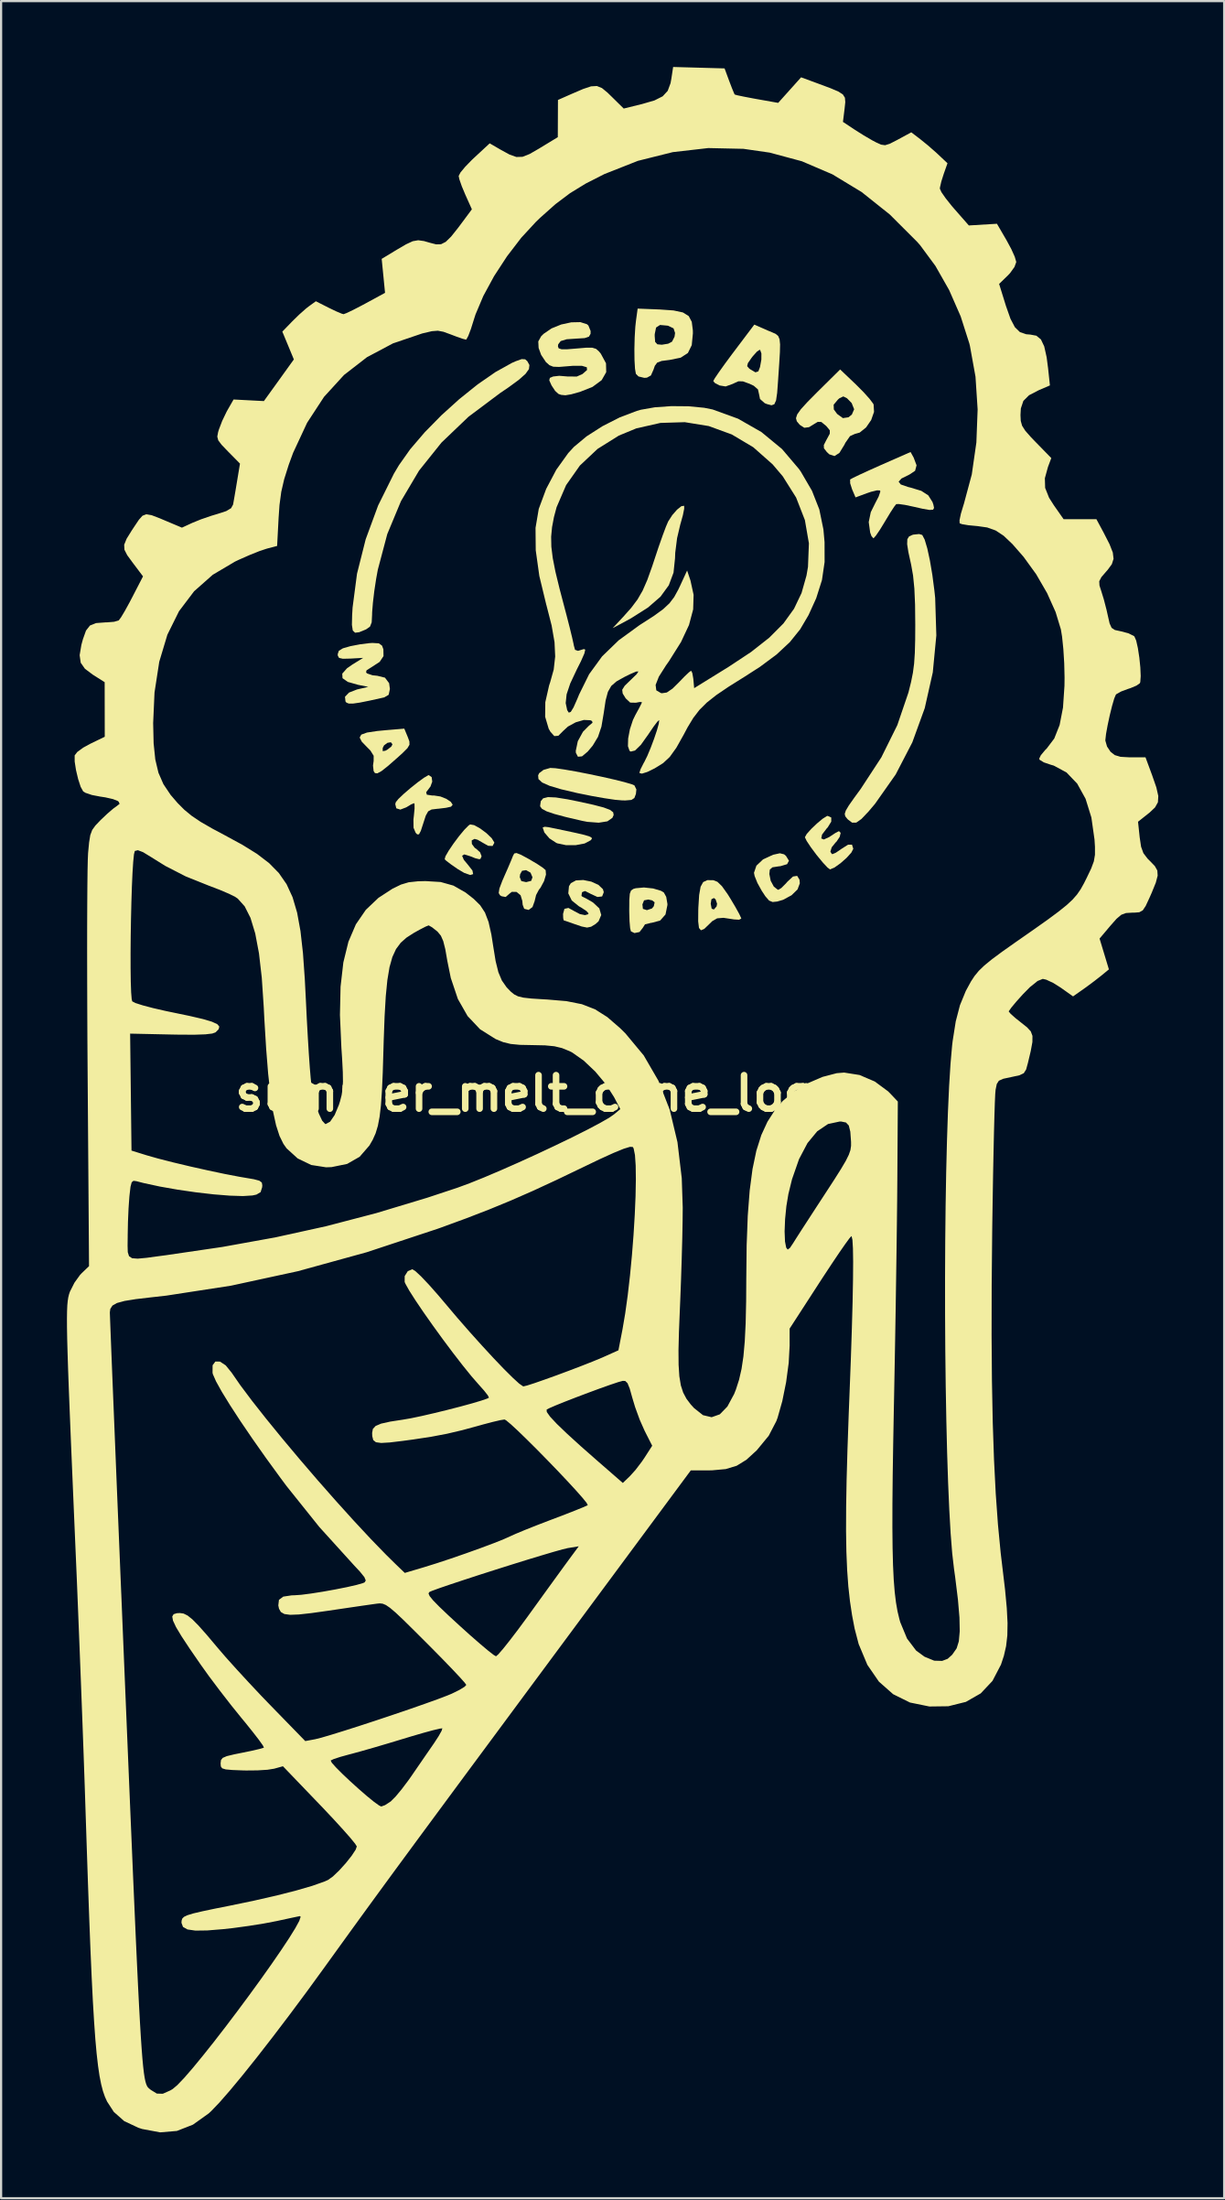
<source format=kicad_pcb>
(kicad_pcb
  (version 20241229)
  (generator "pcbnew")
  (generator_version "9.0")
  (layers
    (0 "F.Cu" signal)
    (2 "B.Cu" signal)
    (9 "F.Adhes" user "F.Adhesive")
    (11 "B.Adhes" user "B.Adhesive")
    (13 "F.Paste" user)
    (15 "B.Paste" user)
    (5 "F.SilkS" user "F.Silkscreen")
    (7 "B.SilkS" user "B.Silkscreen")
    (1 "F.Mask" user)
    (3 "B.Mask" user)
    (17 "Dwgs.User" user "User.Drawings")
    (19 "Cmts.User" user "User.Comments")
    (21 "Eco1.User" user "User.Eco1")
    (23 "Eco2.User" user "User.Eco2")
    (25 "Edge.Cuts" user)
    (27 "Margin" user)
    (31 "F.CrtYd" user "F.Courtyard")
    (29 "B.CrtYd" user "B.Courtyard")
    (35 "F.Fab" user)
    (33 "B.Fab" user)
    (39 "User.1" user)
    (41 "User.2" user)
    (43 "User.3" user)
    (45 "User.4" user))
  (footprint "summer_melt_cone_logo"
    (layer "F.Cu")
    (at 21.555 46.748)
    (property "Reference" "summer_melt_cone_logo" (at 0 0 0) (layer "F.SilkS") (effects (font (size 1.524 1.524) (thickness 0.3))))
    (attr board_only exclude_from_pos_files exclude_from_bom)
    (fp_poly (pts (xy 0.377 -12.129) (xy 1.112 -11.977) (xy 1.648 -11.862) (xy 2.012 -11.777) (xy 2.234 -11.711) (xy 2.34 -11.657) (xy 2.359 -11.606) (xy 2.319 -11.549) (xy 2.302 -11.531) (xy 2.029 -11.386) (xy 1.624 -11.31) (xy 1.18 -11.309) (xy 0.788 -11.391) (xy 0.734 -11.413) (xy 0.422 -11.619) (xy 0.193 -11.887) (xy 0.116 -12.115) (xy 0.212 -12.147)) (stroke (width 0) (type solid)) (fill yes) (layer "F.SilkS"))
    (fp_poly (pts (xy 0.716 -13.482) (xy 1.246 -13.398) (xy 1.755 -13.295) (xy 2.425 -13.148) (xy 2.893 -13.026) (xy 3.185 -12.916) (xy 3.328 -12.805) (xy 3.35 -12.681) (xy 3.291 -12.552) (xy 3.064 -12.394) (xy 2.669 -12.332) (xy 2.15 -12.371) (xy 1.914 -12.417) (xy 1.18 -12.588) (xy 0.649 -12.73) (xy 0.293 -12.851) (xy 0.087 -12.961) (xy 0.005 -13.069) (xy 0 -13.105) (xy 0.03 -13.313) (xy 0.138 -13.443) (xy 0.357 -13.498)) (stroke (width 0) (type solid)) (fill yes) (layer "F.SilkS"))
    (fp_poly (pts (xy 0.699 -14.813) (xy 1.101 -14.755) (xy 1.621 -14.665) (xy 2.206 -14.551) (xy 2.806 -14.425) (xy 3.368 -14.298) (xy 3.842 -14.18) (xy 4.174 -14.082) (xy 4.295 -14.032) (xy 4.385 -13.848) (xy 4.363 -13.64) (xy 4.293 -13.456) (xy 4.159 -13.369) (xy 3.891 -13.346) (xy 3.738 -13.348) (xy 3.412 -13.376) (xy 2.925 -13.448) (xy 2.341 -13.551) (xy 1.727 -13.675) (xy 1.701 -13.68) (xy 0.96 -13.854) (xy 0.429 -14.012) (xy 0.091 -14.163) (xy -0.076 -14.319) (xy -0.091 -14.489) (xy -0.044 -14.587) (xy 0.152 -14.737) (xy 0.454 -14.824) (xy 0.467 -14.826)) (stroke (width 0) (type solid)) (fill yes) (layer "F.SilkS"))
    (fp_poly (pts (xy 6.562 -26.629) (xy 6.503 -26.335) (xy 6.395 -25.946) (xy 6.387 -25.921) (xy 6.239 -25.291) (xy 6.155 -24.627) (xy 6.145 -24.373) (xy 6.077 -23.72) (xy 5.862 -23.145) (xy 5.482 -22.624) (xy 4.915 -22.132) (xy 4.144 -21.643) (xy 3.891 -21.504) (xy 3.305 -21.193) (xy 3.78 -21.702) (xy 4.15 -22.117) (xy 4.436 -22.497) (xy 4.669 -22.9) (xy 4.881 -23.384) (xy 5.105 -24.01) (xy 5.213 -24.336) (xy 5.401 -24.9) (xy 5.581 -25.411) (xy 5.732 -25.815) (xy 5.834 -26.052) (xy 6.019 -26.339) (xy 6.237 -26.588) (xy 6.436 -26.747) (xy 6.562 -26.764)) (stroke (width 0) (type solid)) (fill yes) (layer "F.SilkS"))
    (fp_poly (pts (xy -6.03 -16.236) (xy -5.956 -16.035) (xy -5.952 -15.882) (xy -6.046 -15.724) (xy -6.267 -15.503) (xy -6.503 -15.29) (xy -6.932 -14.914) (xy -7.225 -14.683) (xy -7.413 -14.581) (xy -7.524 -14.59) (xy -7.585 -14.683) (xy -7.613 -14.934) (xy -7.584 -15.145) (xy -7.583 -15.38) (xy -7.715 -15.591) (xy -7.172 -15.591) (xy -7.053 -15.609) (xy -6.969 -15.652) (xy -6.78 -15.798) (xy -6.727 -15.902) (xy -6.799 -15.996) (xy -6.956 -15.969) (xy -7.11 -15.854) (xy -7.171 -15.734) (xy -7.172 -15.591) (xy -7.715 -15.591) (xy -7.731 -15.618) (xy -7.874 -15.762) (xy -8.125 -16.022) (xy -8.221 -16.21) (xy -8.147 -16.344) (xy -7.886 -16.438) (xy -7.42 -16.508) (xy -7.02 -16.546) (xy -6.188 -16.616)) (stroke (width 0) (type solid)) (fill yes) (layer "F.SilkS"))
    (fp_poly (pts (xy 11.112 -10.893) (xy 11.199 -10.821) (xy 11.335 -10.601) (xy 11.25 -10.443) (xy 10.95 -10.353) (xy 10.864 -10.344) (xy 10.581 -10.3) (xy 10.463 -10.194) (xy 10.442 -9.996) (xy 10.503 -9.688) (xy 10.646 -9.422) (xy 10.822 -9.283) (xy 10.857 -9.277) (xy 10.989 -9.359) (xy 11.193 -9.563) (xy 11.262 -9.643) (xy 11.518 -9.881) (xy 11.709 -9.911) (xy 11.815 -9.737) (xy 11.83 -9.57) (xy 11.726 -9.293) (xy 11.451 -9.027) (xy 11.067 -8.82) (xy 10.802 -8.742) (xy 10.59 -8.72) (xy 10.43 -8.785) (xy 10.261 -8.98) (xy 10.096 -9.23) (xy 9.899 -9.586) (xy 9.771 -9.904) (xy 9.742 -10.051) (xy 9.852 -10.375) (xy 10.155 -10.661) (xy 10.611 -10.872) (xy 10.616 -10.873) (xy 10.92 -10.94)) (stroke (width 0) (type solid)) (fill yes) (layer "F.SilkS"))
    (fp_poly (pts (xy 7.884 -9.715) (xy 8.075 -9.642) (xy 8.283 -9.441) (xy 8.542 -9.077) (xy 8.667 -8.877) (xy 8.897 -8.49) (xy 9.071 -8.175) (xy 9.158 -7.988) (xy 9.163 -7.965) (xy 9.064 -7.914) (xy 8.823 -7.928) (xy 8.786 -7.935) (xy 8.354 -8) (xy 8.065 -7.977) (xy 7.84 -7.848) (xy 7.709 -7.719) (xy 7.479 -7.498) (xy 7.326 -7.432) (xy 7.236 -7.539) (xy 7.2 -7.838) (xy 7.204 -8.346) (xy 7.208 -8.471) (xy 7.219 -8.641) (xy 7.771 -8.641) (xy 7.815 -8.415) (xy 7.916 -8.38) (xy 8.039 -8.521) (xy 8.061 -8.641) (xy 7.992 -8.844) (xy 7.916 -8.902) (xy 7.803 -8.845) (xy 7.771 -8.641) (xy 7.219 -8.641) (xy 7.244 -9.041) (xy 7.31 -9.415) (xy 7.427 -9.628) (xy 7.614 -9.716)) (stroke (width 0) (type solid)) (fill yes) (layer "F.SilkS"))
    (fp_poly (pts (xy 5.149 -9.337) (xy 5.508 -9.23) (xy 5.635 -9.154) (xy 5.744 -8.955) (xy 5.798 -8.641) (xy 5.799 -8.586) (xy 5.712 -8.153) (xy 5.464 -7.874) (xy 5.074 -7.771) (xy 5.054 -7.771) (xy 4.778 -7.704) (xy 4.673 -7.539) (xy 4.528 -7.354) (xy 4.298 -7.306) (xy 4.137 -7.384) (xy 4.1 -7.529) (xy 4.073 -7.845) (xy 4.06 -8.268) (xy 4.059 -8.368) (xy 4.062 -8.612) (xy 4.66 -8.612) (xy 4.682 -8.408) (xy 4.861 -8.351) (xy 4.867 -8.351) (xy 5.094 -8.426) (xy 5.179 -8.53) (xy 5.216 -8.706) (xy 5.106 -8.794) (xy 4.929 -8.833) (xy 4.734 -8.796) (xy 4.66 -8.612) (xy 4.062 -8.612) (xy 4.063 -8.823) (xy 4.086 -9.099) (xy 4.143 -9.246) (xy 4.249 -9.318) (xy 4.356 -9.348) (xy 4.729 -9.382)) (stroke (width 0) (type solid)) (fill yes) (layer "F.SilkS"))
    (fp_poly (pts (xy -3.004 -12.221) (xy -2.733 -12.071) (xy -2.444 -11.855) (xy -2.206 -11.626) (xy -2.09 -11.438) (xy -2.088 -11.414) (xy -2.166 -11.271) (xy -2.369 -11.281) (xy -2.616 -11.421) (xy -2.849 -11.556) (xy -2.987 -11.594) (xy -3.117 -11.526) (xy -3.109 -11.363) (xy -2.98 -11.189) (xy -2.9 -11.134) (xy -2.734 -10.982) (xy -2.666 -10.803) (xy -2.719 -10.683) (xy -2.778 -10.67) (xy -2.958 -10.715) (xy -3.185 -10.805) (xy -3.455 -10.888) (xy -3.554 -10.827) (xy -3.475 -10.641) (xy -3.304 -10.436) (xy -3.084 -10.156) (xy -3.051 -9.991) (xy -3.182 -9.95) (xy -3.456 -10.045) (xy -3.747 -10.216) (xy -4.056 -10.43) (xy -4.279 -10.6) (xy -4.349 -10.669) (xy -4.313 -10.802) (xy -4.166 -11.057) (xy -3.948 -11.379) (xy -3.698 -11.714) (xy -3.455 -12.007) (xy -3.261 -12.204) (xy -3.188 -12.253)) (stroke (width 0) (type solid)) (fill yes) (layer "F.SilkS"))
    (fp_poly (pts (xy -4.941 -14.408) (xy -4.914 -14.203) (xy -4.996 -13.978) (xy -5.031 -13.933) (xy -5.192 -13.719) (xy -5.161 -13.608) (xy -4.923 -13.571) (xy -4.826 -13.57) (xy -4.543 -13.526) (xy -4.273 -13.419) (xy -4.069 -13.282) (xy -3.983 -13.15) (xy -4.059 -13.061) (xy -4.285 -13.011) (xy -4.619 -12.97) (xy -4.684 -12.965) (xy -4.944 -12.934) (xy -5.1 -12.849) (xy -5.209 -12.654) (xy -5.322 -12.306) (xy -5.435 -11.959) (xy -5.518 -11.803) (xy -5.6 -11.801) (xy -5.67 -11.872) (xy -5.767 -12.102) (xy -5.771 -12.475) (xy -5.752 -12.643) (xy -5.72 -12.972) (xy -5.722 -13.182) (xy -5.741 -13.222) (xy -5.876 -13.165) (xy -6.099 -13.031) (xy -6.367 -12.929) (xy -6.552 -12.987) (xy -6.599 -13.177) (xy -6.575 -13.266) (xy -6.459 -13.411) (xy -6.217 -13.641) (xy -5.904 -13.91) (xy -5.576 -14.172) (xy -5.29 -14.38) (xy -5.1 -14.491) (xy -5.071 -14.498)) (stroke (width 0) (type solid)) (fill yes) (layer "F.SilkS"))
    (fp_poly (pts (xy -0.682 -33.436) (xy -0.582 -33.347) (xy -0.488 -33.174) (xy -0.51 -32.989) (xy -0.666 -32.771) (xy -0.975 -32.497) (xy -1.457 -32.145) (xy -1.826 -31.895) (xy -3.264 -30.818) (xy -4.493 -29.643) (xy -5.516 -28.365) (xy -6.338 -26.978) (xy -6.963 -25.476) (xy -7.394 -23.852) (xy -7.47 -23.437) (xy -7.554 -22.885) (xy -7.617 -22.352) (xy -7.652 -21.924) (xy -7.655 -21.803) (xy -7.673 -21.456) (xy -7.75 -21.262) (xy -7.921 -21.141) (xy -7.95 -21.127) (xy -8.241 -21.007) (xy -8.43 -20.984) (xy -8.535 -21.085) (xy -8.574 -21.342) (xy -8.564 -21.783) (xy -8.543 -22.132) (xy -8.342 -23.669) (xy -7.947 -25.238) (xy -7.38 -26.778) (xy -6.66 -28.229) (xy -6.432 -28.613) (xy -5.919 -29.339) (xy -5.26 -30.109) (xy -4.499 -30.884) (xy -3.679 -31.625) (xy -2.843 -32.295) (xy -2.034 -32.855) (xy -1.294 -33.267) (xy -1.119 -33.345) (xy -0.841 -33.444)) (stroke (width 0) (type solid)) (fill yes) (layer "F.SilkS"))
    (fp_poly (pts (xy 5.456 -35.704) (xy 6.078 -35.66) (xy 6.504 -35.569) (xy 6.769 -35.404) (xy 6.908 -35.141) (xy 6.957 -34.754) (xy 6.959 -34.615) (xy 6.907 -34.08) (xy 6.732 -33.723) (xy 6.404 -33.51) (xy 5.9 -33.407) (xy 5.535 -33.36) (xy 5.333 -33.284) (xy 5.225 -33.139) (xy 5.166 -32.968) (xy 5.048 -32.7) (xy 4.866 -32.599) (xy 4.744 -32.591) (xy 4.481 -32.654) (xy 4.362 -32.774) (xy 4.322 -33.007) (xy 4.299 -33.404) (xy 4.294 -33.899) (xy 4.307 -34.425) (xy 4.311 -34.498) (xy 5.219 -34.498) (xy 5.24 -34.227) (xy 5.341 -34.118) (xy 5.544 -34.099) (xy 5.834 -34.146) (xy 6.008 -34.238) (xy 6.122 -34.462) (xy 6.147 -34.635) (xy 6.078 -34.844) (xy 5.837 -34.96) (xy 5.802 -34.968) (xy 5.462 -34.999) (xy 5.282 -34.882) (xy 5.221 -34.583) (xy 5.219 -34.498) (xy 4.311 -34.498) (xy 4.336 -34.916) (xy 4.367 -35.195) (xy 4.442 -35.744)) (stroke (width 0) (type solid)) (fill yes) (layer "F.SilkS"))
    (fp_poly (pts (xy 2.332 -9.648) (xy 2.654 -9.502) (xy 2.861 -9.304) (xy 2.9 -9.168) (xy 2.824 -8.974) (xy 2.612 -8.949) (xy 2.291 -9.097) (xy 2.268 -9.111) (xy 2.048 -9.221) (xy 1.924 -9.175) (xy 1.904 -9.147) (xy 1.883 -8.999) (xy 1.922 -8.966) (xy 2.085 -8.886) (xy 2.349 -8.735) (xy 2.407 -8.7) (xy 2.697 -8.43) (xy 2.784 -8.129) (xy 2.661 -7.84) (xy 2.526 -7.719) (xy 2.323 -7.595) (xy 2.139 -7.556) (xy 1.893 -7.605) (xy 1.566 -7.716) (xy 1.275 -7.819) (xy 1.096 -7.879) (xy 1.073 -7.885) (xy 1.051 -7.986) (xy 1.044 -8.177) (xy 1.107 -8.41) (xy 1.29 -8.45) (xy 1.573 -8.296) (xy 1.81 -8.171) (xy 2.044 -8.123) (xy 2.189 -8.164) (xy 2.203 -8.206) (xy 2.11 -8.309) (xy 1.877 -8.464) (xy 1.768 -8.525) (xy 1.441 -8.789) (xy 1.283 -9.113) (xy 1.314 -9.439) (xy 1.398 -9.576) (xy 1.631 -9.704) (xy 1.967 -9.722)) (stroke (width 0) (type solid)) (fill yes) (layer "F.SilkS"))
    (fp_poly (pts (xy -0.88 -10.875) (xy -0.54 -10.692) (xy -0.492 -10.665) (xy -0.139 -10.456) (xy 0.131 -10.276) (xy 0.251 -10.171) (xy 0.267 -9.97) (xy 0.18 -9.674) (xy 0.021 -9.377) (xy -0.056 -9.279) (xy -0.184 -9.038) (xy -0.251 -8.758) (xy -0.347 -8.491) (xy -0.521 -8.36) (xy -0.713 -8.407) (xy -0.731 -8.424) (xy -0.795 -8.594) (xy -0.812 -8.772) (xy -0.89 -9.028) (xy -1.073 -9.179) (xy -1.287 -9.183) (xy -1.394 -9.102) (xy -1.569 -8.949) (xy -1.751 -8.982) (xy -1.829 -9.028) (xy -1.887 -9.13) (xy -1.854 -9.338) (xy -1.72 -9.693) (xy -1.65 -9.852) (xy -0.928 -9.852) (xy -0.856 -9.674) (xy -0.638 -9.626) (xy -0.408 -9.683) (xy -0.348 -9.846) (xy -0.438 -10.058) (xy -0.64 -10.171) (xy -0.822 -10.142) (xy -0.911 -9.984) (xy -0.928 -9.852) (xy -1.65 -9.852) (xy -1.644 -9.867) (xy -1.465 -10.273) (xy -1.318 -10.619) (xy -1.235 -10.826) (xy -1.178 -10.931) (xy -1.076 -10.951)) (stroke (width 0) (type solid)) (fill yes) (layer "F.SilkS"))
    (fp_poly (pts (xy 13.262 -12.569) (xy 13.262 -12.381) (xy 13.103 -12.122) (xy 13.048 -12.062) (xy 12.843 -11.791) (xy 12.807 -11.615) (xy 12.923 -11.567) (xy 13.173 -11.681) (xy 13.219 -11.712) (xy 13.458 -11.869) (xy 13.608 -11.945) (xy 13.617 -11.946) (xy 13.691 -11.868) (xy 13.646 -11.686) (xy 13.506 -11.476) (xy 13.454 -11.424) (xy 13.283 -11.211) (xy 13.222 -11.014) (xy 13.287 -10.907) (xy 13.322 -10.902) (xy 13.475 -10.968) (xy 13.708 -11.127) (xy 13.717 -11.134) (xy 14.025 -11.33) (xy 14.206 -11.333) (xy 14.266 -11.144) (xy 14.179 -10.973) (xy 13.964 -10.734) (xy 13.686 -10.488) (xy 13.413 -10.293) (xy 13.211 -10.207) (xy 13.201 -10.206) (xy 13.09 -10.291) (xy 12.881 -10.515) (xy 12.619 -10.832) (xy 12.586 -10.873) (xy 12.33 -11.217) (xy 12.143 -11.499) (xy 12.063 -11.664) (xy 12.062 -11.672) (xy 12.144 -11.818) (xy 12.347 -12.045) (xy 12.61 -12.296) (xy 12.869 -12.512) (xy 13.061 -12.633) (xy 13.099 -12.642)) (stroke (width 0) (type solid)) (fill yes) (layer "F.SilkS"))
    (fp_poly (pts (xy -7.346 -20.5) (xy -7.202 -20.396) (xy -7.14 -20.228) (xy -7.135 -19.918) (xy -7.309 -19.657) (xy -7.688 -19.41) (xy -7.692 -19.408) (xy -7.909 -19.271) (xy -7.928 -19.172) (xy -7.875 -19.127) (xy -7.636 -19.046) (xy -7.417 -19.023) (xy -7.068 -18.937) (xy -6.879 -18.686) (xy -6.843 -18.42) (xy -6.9 -18.157) (xy -7.1 -18.039) (xy -7.104 -18.038) (xy -7.755 -17.894) (xy -8.217 -17.801) (xy -8.525 -17.757) (xy -8.714 -17.757) (xy -8.821 -17.799) (xy -8.866 -17.851) (xy -8.89 -18.067) (xy -8.707 -18.258) (xy -8.341 -18.4) (xy -8.315 -18.406) (xy -7.829 -18.518) (xy -8.293 -18.611) (xy -8.762 -18.744) (xy -9.002 -18.913) (xy -9.014 -19.12) (xy -8.798 -19.364) (xy -8.554 -19.534) (xy -8.061 -19.838) (xy -8.641 -19.806) (xy -8.987 -19.798) (xy -9.16 -19.837) (xy -9.217 -19.941) (xy -9.221 -20.006) (xy -9.17 -20.161) (xy -8.984 -20.274) (xy -8.641 -20.372) (xy -8.203 -20.456) (xy -7.778 -20.509) (xy -7.638 -20.518)) (stroke (width 0) (type solid)) (fill yes) (layer "F.SilkS"))
    (fp_poly (pts (xy 17.408 -25.435) (xy 17.518 -25.224) (xy 17.637 -24.823) (xy 17.756 -24.274) (xy 17.867 -23.619) (xy 17.961 -22.899) (xy 17.996 -22.569) (xy 18.049 -20.862) (xy 17.888 -19.181) (xy 17.521 -17.549) (xy 16.955 -15.991) (xy 16.198 -14.53) (xy 15.257 -13.193) (xy 14.96 -12.841) (xy 14.637 -12.501) (xy 14.403 -12.336) (xy 14.213 -12.333) (xy 14.022 -12.476) (xy 13.981 -12.521) (xy 13.9 -12.624) (xy 13.876 -12.734) (xy 13.925 -12.887) (xy 14.065 -13.121) (xy 14.313 -13.473) (xy 14.603 -13.87) (xy 15.543 -15.307) (xy 16.272 -16.777) (xy 16.778 -18.26) (xy 16.78 -18.267) (xy 16.898 -18.742) (xy 16.982 -19.161) (xy 17.037 -19.581) (xy 17.069 -20.063) (xy 17.085 -20.666) (xy 17.089 -21.341) (xy 17.08 -22.262) (xy 17.048 -22.996) (xy 16.989 -23.587) (xy 16.902 -24.08) (xy 16.897 -24.103) (xy 16.776 -24.651) (xy 16.719 -25.017) (xy 16.728 -25.243) (xy 16.807 -25.369) (xy 16.959 -25.439) (xy 17.008 -25.452) (xy 17.266 -25.478)) (stroke (width 0) (type solid)) (fill yes) (layer "F.SilkS"))
    (fp_poly (pts (xy 17.016 -28.959) (xy 17.148 -28.608) (xy 17.082 -28.359) (xy 16.821 -28.185) (xy 16.461 -28.007) (xy 16.331 -27.861) (xy 16.43 -27.735) (xy 16.76 -27.621) (xy 16.868 -27.595) (xy 17.364 -27.445) (xy 17.682 -27.239) (xy 17.872 -26.939) (xy 17.913 -26.821) (xy 17.945 -26.667) (xy 17.9 -26.586) (xy 17.738 -26.575) (xy 17.423 -26.629) (xy 16.994 -26.726) (xy 16.617 -26.805) (xy 16.335 -26.845) (xy 16.222 -26.84) (xy 16.129 -26.723) (xy 15.956 -26.458) (xy 15.738 -26.098) (xy 15.702 -26.038) (xy 15.481 -25.676) (xy 15.3 -25.41) (xy 15.192 -25.287) (xy 15.183 -25.284) (xy 15.096 -25.381) (xy 15.035 -25.545) (xy 14.969 -26.022) (xy 15.062 -26.473) (xy 15.262 -26.878) (xy 15.419 -27.181) (xy 15.495 -27.4) (xy 15.49 -27.462) (xy 15.348 -27.468) (xy 15.07 -27.4) (xy 14.893 -27.34) (xy 14.368 -27.146) (xy 14.209 -27.52) (xy 14.124 -27.788) (xy 14.121 -27.956) (xy 14.129 -27.967) (xy 14.26 -28.039) (xy 14.56 -28.183) (xy 14.987 -28.379) (xy 15.495 -28.606) (xy 15.541 -28.627) (xy 16.875 -29.213)) (stroke (width 0) (type solid)) (fill yes) (layer "F.SilkS"))
    (fp_poly (pts (xy 10.359 -34.751) (xy 10.579 -34.66) (xy 10.739 -34.586) (xy 10.846 -34.494) (xy 10.907 -34.349) (xy 10.931 -34.116) (xy 10.923 -33.761) (xy 10.892 -33.247) (xy 10.844 -32.54) (xy 10.838 -32.446) (xy 10.798 -31.906) (xy 10.748 -31.565) (xy 10.669 -31.388) (xy 10.541 -31.342) (xy 10.343 -31.393) (xy 10.235 -31.435) (xy 10.017 -31.626) (xy 9.974 -31.839) (xy 9.923 -32.064) (xy 9.732 -32.23) (xy 9.539 -32.321) (xy 9.239 -32.43) (xy 9.032 -32.434) (xy 8.806 -32.332) (xy 8.783 -32.319) (xy 8.45 -32.199) (xy 8.174 -32.244) (xy 7.961 -32.356) (xy 7.887 -32.445) (xy 7.953 -32.566) (xy 8.135 -32.835) (xy 8.34 -33.123) (xy 9.431 -33.123) (xy 9.524 -33.016) (xy 9.574 -32.979) (xy 9.808 -32.842) (xy 9.94 -32.885) (xy 10.017 -33.084) (xy 10.078 -33.421) (xy 10.08 -33.703) (xy 10.024 -33.857) (xy 9.996 -33.867) (xy 9.873 -33.782) (xy 9.685 -33.571) (xy 9.631 -33.501) (xy 9.464 -33.259) (xy 9.431 -33.123) (xy 8.34 -33.123) (xy 8.405 -33.214) (xy 8.739 -33.666) (xy 8.822 -33.776) (xy 9.757 -35.015)) (stroke (width 0) (type solid)) (fill yes) (layer "F.SilkS"))
    (fp_poly (pts (xy 14.386 -32.289) (xy 14.727 -31.947) (xy 15.004 -31.639) (xy 15.171 -31.417) (xy 15.192 -31.373) (xy 15.211 -31.041) (xy 15.081 -30.67) (xy 14.848 -30.332) (xy 14.558 -30.098) (xy 14.333 -30.035) (xy 14.116 -29.936) (xy 13.905 -29.633) (xy 13.86 -29.542) (xy 13.634 -29.173) (xy 13.41 -29.029) (xy 13.173 -29.108) (xy 13.059 -29.215) (xy 12.929 -29.383) (xy 12.923 -29.531) (xy 13.039 -29.761) (xy 13.062 -29.8) (xy 13.194 -30.046) (xy 13.196 -30.2) (xy 13.06 -30.368) (xy 13.014 -30.415) (xy 12.807 -30.583) (xy 12.646 -30.585) (xy 12.553 -30.53) (xy 12.249 -30.344) (xy 12.035 -30.317) (xy 11.838 -30.444) (xy 11.809 -30.473) (xy 11.693 -30.612) (xy 11.655 -30.753) (xy 11.711 -30.927) (xy 11.879 -31.163) (xy 12.065 -31.367) (xy 13.371 -31.367) (xy 13.38 -31.151) (xy 13.53 -30.947) (xy 13.792 -30.757) (xy 14.047 -30.795) (xy 14.199 -30.917) (xy 14.305 -31.16) (xy 14.191 -31.444) (xy 13.98 -31.66) (xy 13.812 -31.745) (xy 13.638 -31.664) (xy 13.568 -31.603) (xy 13.371 -31.367) (xy 12.065 -31.367) (xy 12.178 -31.491) (xy 12.623 -31.941) (xy 12.741 -32.057) (xy 13.667 -32.973)) (stroke (width 0) (type solid)) (fill yes) (layer "F.SilkS"))
    (fp_poly (pts (xy 2.133 -35.033) (xy 2.199 -34.974) (xy 2.3 -34.725) (xy 2.298 -34.597) (xy 2.225 -34.468) (xy 2.031 -34.401) (xy 1.671 -34.379) (xy 1.208 -34.348) (xy 0.938 -34.266) (xy 0.823 -34.117) (xy 0.812 -34.024) (xy 0.845 -33.935) (xy 0.974 -33.893) (xy 1.245 -33.893) (xy 1.664 -33.927) (xy 2.104 -33.964) (xy 2.378 -33.963) (xy 2.549 -33.91) (xy 2.681 -33.793) (xy 2.766 -33.689) (xy 3.001 -33.255) (xy 3.011 -32.85) (xy 2.804 -32.487) (xy 2.387 -32.179) (xy 1.819 -31.953) (xy 1.413 -31.84) (xy 1.152 -31.797) (xy 0.96 -31.815) (xy 0.838 -31.857) (xy 0.685 -31.995) (xy 0.521 -32.244) (xy 0.52 -32.246) (xy 0.416 -32.478) (xy 0.443 -32.589) (xy 0.591 -32.652) (xy 0.87 -32.684) (xy 1.218 -32.656) (xy 1.237 -32.653) (xy 1.67 -32.65) (xy 1.927 -32.763) (xy 2.136 -32.946) (xy 2.127 -33.072) (xy 1.906 -33.138) (xy 1.482 -33.138) (xy 1.285 -33.122) (xy 0.862 -33.088) (xy 0.598 -33.098) (xy 0.424 -33.167) (xy 0.267 -33.307) (xy 0.258 -33.317) (xy 0.046 -33.637) (xy -0.069 -33.953) (xy -0.084 -34.249) (xy 0.046 -34.484) (xy 0.157 -34.594) (xy 0.517 -34.841) (xy 0.959 -35.02) (xy 1.419 -35.119) (xy 1.832 -35.128)) (stroke (width 0) (type solid)) (fill yes) (layer "F.SilkS"))
    (fp_poly (pts (xy 6.761 -31.296) (xy 7.473 -31.228) (xy 7.86 -31.15) (xy 9.017 -30.73) (xy 10.082 -30.121) (xy 11.02 -29.348) (xy 11.794 -28.437) (xy 11.878 -28.315) (xy 12.385 -27.446) (xy 12.718 -26.599) (xy 12.905 -25.687) (xy 12.957 -25.11) (xy 12.959 -24.203) (xy 12.838 -23.379) (xy 12.576 -22.553) (xy 12.229 -21.79) (xy 11.847 -21.141) (xy 11.374 -20.554) (xy 10.774 -19.994) (xy 10.013 -19.429) (xy 9.314 -18.98) (xy 8.586 -18.524) (xy 8.025 -18.144) (xy 7.595 -17.804) (xy 7.258 -17.469) (xy 6.978 -17.105) (xy 6.718 -16.676) (xy 6.549 -16.357) (xy 6.208 -15.749) (xy 5.904 -15.326) (xy 5.61 -15.052) (xy 5.591 -15.038) (xy 5.218 -14.807) (xy 4.883 -14.643) (xy 4.636 -14.566) (xy 4.525 -14.596) (xy 4.523 -14.61) (xy 4.577 -14.772) (xy 4.711 -15.037) (xy 4.747 -15.1) (xy 4.881 -15.371) (xy 5.036 -15.741) (xy 5.189 -16.149) (xy 5.319 -16.534) (xy 5.404 -16.837) (xy 5.424 -16.995) (xy 5.42 -17.003) (xy 5.342 -16.935) (xy 5.175 -16.716) (xy 4.954 -16.392) (xy 4.931 -16.357) (xy 4.59 -15.879) (xy 4.322 -15.618) (xy 4.126 -15.571) (xy 4.072 -15.607) (xy 4 -15.817) (xy 4.01 -16.168) (xy 4.09 -16.589) (xy 4.227 -17.007) (xy 4.331 -17.223) (xy 4.502 -17.536) (xy 4.614 -17.756) (xy 4.639 -17.82) (xy 4.544 -17.83) (xy 4.362 -17.796) (xy 4.102 -17.802) (xy 3.898 -17.994) (xy 3.761 -18.216) (xy 3.739 -18.386) (xy 3.854 -18.569) (xy 4.125 -18.833) (xy 4.146 -18.852) (xy 4.4 -19.1) (xy 4.479 -19.22) (xy 4.377 -19.216) (xy 4.086 -19.091) (xy 3.828 -18.963) (xy 3.478 -18.766) (xy 3.242 -18.561) (xy 3.088 -18.292) (xy 2.984 -17.904) (xy 2.9 -17.342) (xy 2.897 -17.322) (xy 2.793 -16.708) (xy 2.637 -16.243) (xy 2.397 -15.844) (xy 2.168 -15.571) (xy 1.909 -15.354) (xy 1.722 -15.336) (xy 1.629 -15.514) (xy 1.624 -15.605) (xy 1.716 -16.043) (xy 1.951 -16.473) (xy 2.223 -16.748) (xy 2.387 -16.884) (xy 2.364 -16.962) (xy 2.286 -16.998) (xy 1.992 -17.011) (xy 1.62 -16.903) (xy 1.266 -16.71) (xy 1.058 -16.519) (xy 0.831 -16.291) (xy 0.646 -16.276) (xy 0.465 -16.479) (xy 0.389 -16.614) (xy 0.229 -17.154) (xy 0.236 -17.82) (xy 0.408 -18.579) (xy 0.455 -18.72) (xy 0.619 -19.307) (xy 0.686 -19.902) (xy 0.656 -20.554) (xy 0.524 -21.313) (xy 0.29 -22.227) (xy 0.278 -22.268) (xy -0.037 -23.571) (xy -0.2 -24.738) (xy -0.206 -25.355) (xy 0.502 -25.355) (xy 0.511 -24.899) (xy 0.575 -24.382) (xy 0.698 -23.758) (xy 0.886 -22.985) (xy 1.044 -22.384) (xy 1.206 -21.77) (xy 1.348 -21.215) (xy 1.457 -20.768) (xy 1.522 -20.477) (xy 1.533 -20.413) (xy 1.59 -20.206) (xy 1.725 -20.158) (xy 1.993 -20.24) (xy 2.056 -20.214) (xy 2.014 -20.035) (xy 1.861 -19.688) (xy 1.674 -19.316) (xy 1.373 -18.676) (xy 1.206 -18.177) (xy 1.165 -17.779) (xy 1.233 -17.457) (xy 1.306 -17.344) (xy 1.396 -17.378) (xy 1.521 -17.582) (xy 1.696 -17.976) (xy 1.776 -18.171) (xy 2.232 -19.094) (xy 2.822 -19.905) (xy 3.578 -20.638) (xy 4.531 -21.331) (xy 4.639 -21.4) (xy 5.2 -21.762) (xy 5.603 -22.056) (xy 5.89 -22.323) (xy 6.107 -22.608) (xy 6.297 -22.955) (xy 6.38 -23.13) (xy 6.696 -23.817) (xy 6.849 -23.362) (xy 6.991 -22.711) (xy 6.971 -22.045) (xy 6.782 -21.336) (xy 6.417 -20.558) (xy 5.867 -19.683) (xy 5.736 -19.498) (xy 5.409 -18.983) (xy 5.261 -18.607) (xy 5.292 -18.36) (xy 5.501 -18.237) (xy 5.55 -18.228) (xy 5.77 -18.261) (xy 6.032 -18.439) (xy 6.318 -18.721) (xy 6.585 -18.998) (xy 6.79 -19.191) (xy 6.879 -19.253) (xy 6.932 -19.151) (xy 6.976 -18.901) (xy 6.981 -18.856) (xy 7.017 -18.459) (xy 8.583 -19.428) (xy 9.613 -20.109) (xy 10.439 -20.759) (xy 11.083 -21.405) (xy 11.566 -22.075) (xy 11.909 -22.793) (xy 12.134 -23.588) (xy 12.202 -23.982) (xy 12.244 -25.055) (xy 12.061 -26.114) (xy 11.661 -27.14) (xy 11.051 -28.109) (xy 10.59 -28.652) (xy 9.71 -29.43) (xy 8.732 -30.012) (xy 7.682 -30.395) (xy 6.589 -30.572) (xy 5.48 -30.538) (xy 4.381 -30.289) (xy 3.586 -29.961) (xy 2.617 -29.355) (xy 1.811 -28.597) (xy 1.184 -27.706) (xy 0.75 -26.7) (xy 0.63 -26.251) (xy 0.543 -25.791) (xy 0.502 -25.355) (xy -0.206 -25.355) (xy -0.209 -25.759) (xy -0.063 -26.621) (xy -0.062 -26.625) (xy 0.276 -27.535) (xy 0.737 -28.407) (xy 1.279 -29.163) (xy 1.538 -29.445) (xy 2.114 -29.925) (xy 2.839 -30.389) (xy 3.629 -30.791) (xy 4.403 -31.085) (xy 4.589 -31.138) (xy 5.225 -31.25) (xy 5.98 -31.303)) (stroke (width 0) (type solid)) (fill yes) (layer "F.SilkS"))
    (fp_poly (pts (xy 8.402 -46.683) (xy 8.616 -46.104) (xy 8.742 -45.775) (xy 8.835 -45.55) (xy 8.864 -45.493) (xy 8.985 -45.459) (xy 9.28 -45.397) (xy 9.694 -45.318) (xy 9.871 -45.286) (xy 10.844 -45.113) (xy 11.366 -45.695) (xy 11.888 -46.277) (xy 12.684 -45.984) (xy 13.224 -45.783) (xy 13.581 -45.632) (xy 13.79 -45.498) (xy 13.885 -45.347) (xy 13.901 -45.147) (xy 13.871 -44.864) (xy 13.869 -44.845) (xy 13.795 -44.247) (xy 14.349 -43.88) (xy 14.742 -43.633) (xy 15.129 -43.407) (xy 15.301 -43.316) (xy 15.533 -43.211) (xy 15.714 -43.185) (xy 15.926 -43.25) (xy 16.248 -43.415) (xy 16.304 -43.445) (xy 16.908 -43.772) (xy 17.316 -43.461) (xy 17.666 -43.177) (xy 18.041 -42.849) (xy 18.141 -42.756) (xy 18.557 -42.364) (xy 18.383 -41.87) (xy 18.276 -41.531) (xy 18.215 -41.266) (xy 18.209 -41.206) (xy 18.282 -41.045) (xy 18.476 -40.766) (xy 18.754 -40.417) (xy 18.87 -40.283) (xy 19.53 -39.531) (xy 20.81 -39.608) (xy 21.249 -38.854) (xy 21.464 -38.455) (xy 21.621 -38.106) (xy 21.688 -37.876) (xy 21.689 -37.862) (xy 21.609 -37.641) (xy 21.408 -37.361) (xy 21.299 -37.246) (xy 20.909 -36.868) (xy 21.222 -35.86) (xy 21.426 -35.282) (xy 21.627 -34.898) (xy 21.857 -34.674) (xy 22.145 -34.576) (xy 22.326 -34.562) (xy 22.607 -34.51) (xy 22.814 -34.34) (xy 22.964 -34.023) (xy 23.074 -33.529) (xy 23.14 -33.022) (xy 23.223 -32.246) (xy 22.715 -32.028) (xy 22.271 -31.798) (xy 22.013 -31.54) (xy 21.899 -31.197) (xy 21.882 -30.897) (xy 21.895 -30.628) (xy 21.956 -30.41) (xy 22.099 -30.184) (xy 22.355 -29.893) (xy 22.584 -29.656) (xy 23.286 -28.937) (xy 23.134 -28.532) (xy 22.993 -28.02) (xy 23.006 -27.579) (xy 23.185 -27.129) (xy 23.406 -26.783) (xy 23.847 -26.154) (xy 25.341 -26.154) (xy 25.67 -25.542) (xy 25.939 -25.016) (xy 26.088 -24.636) (xy 26.122 -24.349) (xy 26.044 -24.105) (xy 25.858 -23.851) (xy 25.8 -23.785) (xy 25.568 -23.516) (xy 25.47 -23.328) (xy 25.481 -23.132) (xy 25.561 -22.884) (xy 25.68 -22.497) (xy 25.803 -22.023) (xy 25.858 -21.777) (xy 25.942 -21.408) (xy 26.033 -21.206) (xy 26.182 -21.108) (xy 26.438 -21.052) (xy 26.452 -21.049) (xy 26.789 -20.961) (xy 27.039 -20.84) (xy 27.072 -20.812) (xy 27.152 -20.629) (xy 27.23 -20.285) (xy 27.296 -19.852) (xy 27.342 -19.403) (xy 27.359 -19.008) (xy 27.34 -18.74) (xy 27.32 -18.684) (xy 27.17 -18.577) (xy 26.886 -18.458) (xy 26.786 -18.426) (xy 26.471 -18.309) (xy 26.256 -18.19) (xy 26.226 -18.161) (xy 26.152 -17.985) (xy 26.054 -17.649) (xy 25.949 -17.223) (xy 25.853 -16.776) (xy 25.78 -16.376) (xy 25.748 -16.094) (xy 25.748 -16.071) (xy 25.825 -15.802) (xy 25.984 -15.563) (xy 26.176 -15.411) (xy 26.435 -15.333) (xy 26.838 -15.31) (xy 26.899 -15.31) (xy 27.577 -15.31) (xy 27.88 -14.491) (xy 28.071 -13.941) (xy 28.16 -13.548) (xy 28.143 -13.262) (xy 28.013 -13.029) (xy 27.767 -12.796) (xy 27.71 -12.751) (xy 27.237 -12.376) (xy 27.312 -11.668) (xy 27.376 -11.238) (xy 27.482 -10.945) (xy 27.671 -10.696) (xy 27.795 -10.573) (xy 28.004 -10.355) (xy 28.116 -10.155) (xy 28.131 -9.921) (xy 28.047 -9.602) (xy 27.863 -9.148) (xy 27.754 -8.902) (xy 27.585 -8.539) (xy 27.451 -8.339) (xy 27.295 -8.254) (xy 27.059 -8.235) (xy 26.968 -8.235) (xy 26.688 -8.218) (xy 26.474 -8.139) (xy 26.258 -7.956) (xy 25.983 -7.645) (xy 25.485 -7.055) (xy 25.698 -6.353) (xy 25.91 -5.652) (xy 25.568 -5.371) (xy 25.255 -5.126) (xy 24.88 -4.847) (xy 24.752 -4.756) (xy 24.277 -4.422) (xy 23.716 -4.82) (xy 23.368 -5.038) (xy 23.056 -5.183) (xy 22.898 -5.219) (xy 22.66 -5.123) (xy 22.315 -4.845) (xy 21.991 -4.517) (xy 21.692 -4.184) (xy 21.468 -3.915) (xy 21.354 -3.755) (xy 21.347 -3.734) (xy 21.436 -3.627) (xy 21.66 -3.428) (xy 21.92 -3.222) (xy 22.184 -3.012) (xy 22.351 -2.83) (xy 22.428 -2.624) (xy 22.425 -2.342) (xy 22.35 -1.934) (xy 22.221 -1.392) (xy 22.139 -1.093) (xy 22.032 -0.924) (xy 21.834 -0.829) (xy 21.478 -0.752) (xy 21.459 -0.748) (xy 21.095 -0.67) (xy 20.897 -0.581) (xy 20.802 -0.431) (xy 20.748 -0.168) (xy 20.731 0.035) (xy 20.713 0.447) (xy 20.694 1.042) (xy 20.674 1.798) (xy 20.654 2.69) (xy 20.634 3.695) (xy 20.616 4.788) (xy 20.598 5.946) (xy 20.594 6.263) (xy 20.57 8.746) (xy 20.566 11.014) (xy 20.582 13.08) (xy 20.618 14.96) (xy 20.676 16.669) (xy 20.755 18.221) (xy 20.856 19.632) (xy 20.98 20.917) (xy 21.058 21.573) (xy 21.18 22.599) (xy 21.258 23.434) (xy 21.293 24.116) (xy 21.283 24.681) (xy 21.227 25.166) (xy 21.126 25.609) (xy 20.994 26.008) (xy 20.606 26.752) (xy 20.07 27.32) (xy 19.396 27.706) (xy 18.595 27.905) (xy 17.733 27.916) (xy 16.85 27.736) (xy 16.081 27.356) (xy 15.432 26.783) (xy 14.907 26.02) (xy 14.511 25.074) (xy 14.327 24.37) (xy 14.21 23.76) (xy 14.115 23.127) (xy 14.04 22.448) (xy 13.986 21.703) (xy 13.951 20.868) (xy 13.936 19.922) (xy 13.94 18.843) (xy 13.961 17.608) (xy 14.001 16.197) (xy 14.058 14.587) (xy 14.091 13.744) (xy 14.153 12.14) (xy 14.2 10.724) (xy 14.234 9.501) (xy 14.253 8.478) (xy 14.259 7.66) (xy 14.25 7.054) (xy 14.227 6.667) (xy 14.189 6.503) (xy 14.179 6.497) (xy 14.093 6.591) (xy 13.902 6.852) (xy 13.624 7.252) (xy 13.281 7.763) (xy 12.89 8.356) (xy 12.729 8.603) (xy 11.366 10.707) (xy 11.366 11.485) (xy 11.323 12.273) (xy 11.206 13.147) (xy 11.032 14.009) (xy 10.819 14.761) (xy 10.762 14.917) (xy 10.413 15.588) (xy 9.871 16.246) (xy 9.861 16.256) (xy 9.398 16.68) (xy 8.954 16.953) (xy 8.456 17.104) (xy 7.831 17.161) (xy 7.578 17.165) (xy 6.863 17.165) (xy 0.784 25.371) (xy -0.448 27.034) (xy -1.552 28.525) (xy -2.539 29.858) (xy -3.42 31.047) (xy -4.204 32.108) (xy -4.903 33.054) (xy -5.527 33.899) (xy -6.086 34.659) (xy -6.592 35.346) (xy -7.054 35.977) (xy -7.483 36.564) (xy -7.89 37.122) (xy -8.285 37.666) (xy -8.679 38.209) (xy -9.082 38.767) (xy -9.505 39.353) (xy -9.824 39.795) (xy -10.633 40.907) (xy -11.428 41.975) (xy -12.191 42.979) (xy -12.907 43.9) (xy -13.561 44.717) (xy -14.136 45.41) (xy -14.617 45.96) (xy -14.988 46.347) (xy -15.096 46.446) (xy -15.815 46.959) (xy -16.545 47.245) (xy -17.308 47.31) (xy -18.129 47.157) (xy -18.3 47.101) (xy -18.944 46.8) (xy -19.42 46.38) (xy -19.727 45.907) (xy -19.825 45.69) (xy -19.915 45.433) (xy -19.996 45.121) (xy -20.071 44.742) (xy -20.139 44.28) (xy -20.203 43.722) (xy -20.263 43.053) (xy -20.319 42.261) (xy -20.375 41.329) (xy -20.429 40.246) (xy -20.484 38.996) (xy -20.54 37.565) (xy -20.599 35.94) (xy -20.661 34.107) (xy -20.705 32.765) (xy -20.745 31.55) (xy -20.794 30.154) (xy -20.85 28.625) (xy -20.911 27.015) (xy -20.975 25.372) (xy -21.04 23.748) (xy -21.103 22.191) (xy -21.162 20.819) (xy -21.242 18.956) (xy -21.312 17.31) (xy -21.373 15.867) (xy -21.424 14.613) (xy -21.467 13.533) (xy -21.501 12.614) (xy -21.526 11.839) (xy -21.544 11.197) (xy -21.553 10.67) (xy -21.555 10.247) (xy -21.551 9.965) (xy -19.601 9.965) (xy -19.596 10.121) (xy -19.582 10.493) (xy -19.56 11.067) (xy -19.53 11.825) (xy -19.493 12.754) (xy -19.449 13.837) (xy -19.399 15.06) (xy -19.344 16.406) (xy -19.285 17.861) (xy -19.221 19.409) (xy -19.154 21.034) (xy -19.084 22.721) (xy -19.08 22.796) (xy -18.97 25.463) (xy -18.868 27.908) (xy -18.775 30.14) (xy -18.69 32.17) (xy -18.612 34.008) (xy -18.542 35.662) (xy -18.477 37.144) (xy -18.419 38.462) (xy -18.365 39.627) (xy -18.316 40.649) (xy -18.271 41.536) (xy -18.229 42.299) (xy -18.19 42.948) (xy -18.153 43.493) (xy -18.118 43.943) (xy -18.084 44.307) (xy -18.05 44.597) (xy -18.016 44.821) (xy -17.981 44.99) (xy -17.945 45.113) (xy -17.907 45.2) (xy -17.867 45.261) (xy -17.823 45.305) (xy -17.776 45.343) (xy -17.732 45.378) (xy -17.461 45.544) (xy -17.189 45.552) (xy -16.844 45.399) (xy -16.74 45.337) (xy -16.527 45.158) (xy -16.216 44.832) (xy -15.826 44.383) (xy -15.373 43.832) (xy -14.872 43.203) (xy -14.34 42.516) (xy -13.795 41.796) (xy -13.252 41.064) (xy -12.728 40.343) (xy -12.24 39.655) (xy -11.804 39.022) (xy -11.436 38.467) (xy -11.154 38.013) (xy -10.973 37.681) (xy -10.91 37.495) (xy -10.937 37.462) (xy -11.057 37.485) (xy -11.352 37.547) (xy -11.769 37.637) (xy -12.011 37.689) (xy -12.58 37.798) (xy -13.276 37.909) (xy -13.994 38.007) (xy -14.415 38.054) (xy -15.161 38.115) (xy -15.703 38.122) (xy -16.065 38.07) (xy -16.269 37.954) (xy -16.338 37.769) (xy -16.332 37.669) (xy -16.303 37.576) (xy -16.225 37.496) (xy -16.067 37.421) (xy -15.798 37.339) (xy -15.389 37.243) (xy -14.809 37.121) (xy -14.15 36.99) (xy -13.024 36.756) (xy -12.002 36.523) (xy -11.112 36.296) (xy -10.382 36.084) (xy -9.841 35.894) (xy -9.665 35.817) (xy -9.439 35.656) (xy -9.152 35.381) (xy -8.852 35.049) (xy -8.587 34.716) (xy -8.404 34.438) (xy -8.351 34.289) (xy -8.428 34.165) (xy -8.643 33.901) (xy -8.974 33.526) (xy -9.395 33.065) (xy -9.882 32.547) (xy -10.033 32.39) (xy -11.716 30.638) (xy -12.118 30.749) (xy -12.421 30.797) (xy -12.872 30.825) (xy -13.388 30.83) (xy -13.538 30.827) (xy -14.024 30.808) (xy -14.324 30.781) (xy -14.483 30.732) (xy -14.545 30.646) (xy -14.556 30.51) (xy -14.556 30.503) (xy -14.541 30.375) (xy -9.541 30.375) (xy -9.492 30.475) (xy -9.302 30.689) (xy -9.009 30.983) (xy -8.652 31.32) (xy -8.267 31.668) (xy -7.895 31.991) (xy -7.571 32.255) (xy -7.335 32.425) (xy -7.236 32.471) (xy -7.063 32.407) (xy -6.817 32.247) (xy -6.796 32.231) (xy -6.59 32.025) (xy -6.307 31.685) (xy -5.997 31.273) (xy -5.881 31.109) (xy -5.544 30.619) (xy -5.193 30.109) (xy -4.893 29.675) (xy -4.839 29.597) (xy -4.625 29.269) (xy -4.487 29.022) (xy -4.454 28.91) (xy -4.577 28.925) (xy -4.882 28.998) (xy -5.33 29.12) (xy -5.882 29.281) (xy -6.225 29.385) (xy -6.894 29.587) (xy -7.552 29.781) (xy -8.137 29.948) (xy -8.585 30.071) (xy -8.699 30.1) (xy -9.095 30.209) (xy -9.399 30.308) (xy -9.541 30.375) (xy -14.541 30.375) (xy -14.54 30.359) (xy -14.461 30.257) (xy -14.275 30.177) (xy -13.935 30.095) (xy -13.596 30.027) (xy -13.152 29.936) (xy -12.803 29.855) (xy -12.606 29.799) (xy -12.583 29.787) (xy -12.634 29.684) (xy -12.81 29.437) (xy -13.086 29.08) (xy -13.436 28.644) (xy -13.584 28.466) (xy -14.067 27.868) (xy -14.589 27.196) (xy -15.086 26.535) (xy -15.466 26.004) (xy -15.967 25.277) (xy -16.337 24.716) (xy -16.587 24.3) (xy -16.724 24.007) (xy -16.758 23.818) (xy -16.695 23.712) (xy -16.545 23.667) (xy -16.411 23.66) (xy -16.242 23.684) (xy -16.06 23.773) (xy -15.84 23.949) (xy -15.556 24.237) (xy -15.18 24.661) (xy -14.699 25.232) (xy -14.321 25.671) (xy -13.827 26.221) (xy -13.265 26.831) (xy -12.683 27.45) (xy -12.262 27.886) (xy -10.699 29.491) (xy -10.25 29.407) (xy -9.969 29.337) (xy -9.51 29.202) (xy -8.913 29.017) (xy -8.217 28.795) (xy -7.463 28.548) (xy -6.692 28.29) (xy -5.942 28.035) (xy -5.255 27.795) (xy -4.67 27.585) (xy -4.228 27.417) (xy -4.03 27.335) (xy -3.684 27.165) (xy -3.443 27.018) (xy -3.363 26.933) (xy -3.442 26.825) (xy -3.662 26.578) (xy -4.001 26.218) (xy -4.433 25.77) (xy -4.937 25.258) (xy -5.19 25.004) (xy -5.785 24.411) (xy -6.24 23.963) (xy -6.582 23.641) (xy -6.835 23.426) (xy -7.023 23.297) (xy -7.17 23.235) (xy -7.302 23.22) (xy -7.423 23.231) (xy -7.677 23.266) (xy -8.11 23.328) (xy -8.671 23.41) (xy -9.31 23.504) (xy -9.66 23.556) (xy -10.424 23.663) (xy -10.99 23.726) (xy -11.389 23.741) (xy -11.652 23.705) (xy -11.811 23.613) (xy -11.895 23.464) (xy -11.927 23.314) (xy -11.898 23.06) (xy -11.702 22.912) (xy -11.315 22.854) (xy -11.192 22.851) (xy -10.88 22.829) (xy -10.43 22.771) (xy -10.404 22.767) (xy -5.085 22.767) (xy -5.035 22.886) (xy -4.877 23.081) (xy -4.595 23.37) (xy -4.17 23.774) (xy -3.689 24.217) (xy -3.187 24.67) (xy -2.737 25.062) (xy -2.371 25.37) (xy -2.118 25.567) (xy -2.01 25.63) (xy -1.905 25.54) (xy -1.687 25.289) (xy -1.381 24.905) (xy -1.007 24.415) (xy -0.588 23.847) (xy -0.474 23.689) (xy -0.02 23.061) (xy 0.415 22.459) (xy 0.804 21.923) (xy 1.118 21.491) (xy 1.328 21.204) (xy 1.343 21.184) (xy 1.759 20.621) (xy 1.257 20.703) (xy 1.023 20.759) (xy 0.612 20.874) (xy 0.062 21.037) (xy -0.591 21.235) (xy -1.309 21.458) (xy -2.056 21.694) (xy -2.794 21.93) (xy -3.486 22.156) (xy -4.096 22.358) (xy -4.586 22.526) (xy -4.92 22.648) (xy -5.045 22.702) (xy -5.085 22.767) (xy -10.404 22.767) (xy -9.897 22.687) (xy -9.339 22.587) (xy -8.811 22.482) (xy -8.371 22.382) (xy -8.075 22.298) (xy -7.996 22.264) (xy -7.943 22.177) (xy -8.006 22.025) (xy -8.207 21.776) (xy -8.474 21.49) (xy -10.06 19.74) (xy -11.548 17.882) (xy -11.823 17.513) (xy -12.493 16.593) (xy -13.109 15.718) (xy -13.659 14.91) (xy -14.127 14.191) (xy -14.501 13.583) (xy -14.765 13.108) (xy -14.906 12.787) (xy -14.923 12.719) (xy -14.92 12.377) (xy -14.795 12.207) (xy -14.584 12.209) (xy -14.322 12.382) (xy -14.056 12.709) (xy -13.657 13.285) (xy -13.123 13.997) (xy -12.477 14.816) (xy -11.747 15.71) (xy -10.958 16.651) (xy -10.135 17.609) (xy -9.304 18.552) (xy -8.49 19.453) (xy -7.721 20.279) (xy -7.02 21.002) (xy -6.573 21.442) (xy -6.165 21.833) (xy -5.315 21.581) (xy -4.734 21.4) (xy -4.073 21.182) (xy -3.382 20.943) (xy -2.713 20.703) (xy -2.117 20.48) (xy -1.647 20.292) (xy -1.378 20.172) (xy -1.114 20.053) (xy -0.687 19.875) (xy -0.151 19.662) (xy 0.44 19.435) (xy 0.575 19.384) (xy 1.13 19.173) (xy 1.605 18.987) (xy 1.958 18.843) (xy 2.149 18.758) (xy 2.17 18.746) (xy 2.117 18.643) (xy 1.926 18.407) (xy 1.623 18.065) (xy 1.236 17.645) (xy 0.792 17.175) (xy 0.317 16.684) (xy -0.159 16.199) (xy -0.612 15.749) (xy -1.012 15.361) (xy -1.334 15.064) (xy -1.549 14.885) (xy -1.621 14.846) (xy -1.813 14.876) (xy -2.163 14.958) (xy -2.609 15.075) (xy -2.789 15.126) (xy -3.551 15.333) (xy -4.245 15.496) (xy -4.957 15.631) (xy -5.772 15.755) (xy -6.269 15.822) (xy -6.851 15.892) (xy -7.242 15.915) (xy -7.48 15.882) (xy -7.602 15.783) (xy -7.647 15.607) (xy -7.653 15.459) (xy -7.62 15.277) (xy -7.495 15.141) (xy -7.243 15.034) (xy -6.828 14.942) (xy -6.263 14.855) (xy -5.891 14.791) (xy -5.395 14.687) (xy -4.823 14.555) (xy -4.219 14.408) (xy -4.171 14.395) (xy 0.296 14.395) (xy 0.303 14.504) (xy 0.455 14.718) (xy 0.761 15.046) (xy 1.227 15.493) (xy 1.861 16.07) (xy 2.608 16.727) (xy 3.767 17.736) (xy 4.092 17.424) (xy 4.349 17.138) (xy 4.634 16.764) (xy 4.761 16.577) (xy 5.105 16.041) (xy 4.758 15.356) (xy 4.539 14.863) (xy 4.328 14.285) (xy 4.2 13.86) (xy 4.08 13.434) (xy 3.981 13.192) (xy 3.876 13.092) (xy 3.764 13.087) (xy 3.556 13.144) (xy 3.192 13.266) (xy 2.721 13.433) (xy 2.19 13.629) (xy 1.647 13.834) (xy 1.137 14.032) (xy 0.71 14.204) (xy 0.413 14.333) (xy 0.296 14.395) (xy -4.171 14.395) (xy -3.629 14.256) (xy -3.099 14.111) (xy -2.676 13.985) (xy -2.404 13.891) (xy -2.331 13.852) (xy -2.38 13.751) (xy -2.552 13.531) (xy -2.799 13.253) (xy -3.127 12.877) (xy -3.525 12.385) (xy -3.969 11.812) (xy -4.432 11.193) (xy -4.889 10.563) (xy -5.314 9.96) (xy -5.681 9.417) (xy -5.965 8.972) (xy -6.139 8.659) (xy -6.171 8.583) (xy -6.17 8.316) (xy -6.029 8.091) (xy -5.823 8.003) (xy -5.681 8.09) (xy -5.42 8.333) (xy -5.065 8.708) (xy -4.64 9.188) (xy -4.348 9.533) (xy -3.789 10.194) (xy -3.217 10.849) (xy -2.655 11.474) (xy -2.126 12.047) (xy -1.652 12.543) (xy -1.254 12.938) (xy -0.957 13.21) (xy -0.781 13.333) (xy -0.76 13.338) (xy -0.593 13.298) (xy -0.256 13.19) (xy 0.206 13.029) (xy 0.749 12.834) (xy 1.327 12.619) (xy 1.895 12.402) (xy 2.408 12.2) (xy 2.821 12.029) (xy 2.915 11.987) (xy 3.567 11.695) (xy 3.751 10.748) (xy 3.876 10.014) (xy 3.991 9.184) (xy 4.094 8.288) (xy 4.183 7.358) (xy 4.256 6.425) (xy 4.311 5.519) (xy 4.347 4.673) (xy 4.361 3.918) (xy 4.353 3.283) (xy 4.32 2.802) (xy 4.26 2.504) (xy 4.221 2.435) (xy 4.093 2.429) (xy 3.804 2.518) (xy 3.345 2.706) (xy 2.703 2.998) (xy 1.963 3.353) (xy 0.744 3.938) (xy -0.335 4.437) (xy -1.337 4.876) (xy -2.323 5.282) (xy -3.357 5.682) (xy -4.501 6.101) (xy -4.661 6.158) (xy -7.896 7.228) (xy -11.037 8.093) (xy -14.081 8.752) (xy -17.026 9.205) (xy -17.696 9.28) (xy -18.413 9.364) (xy -18.929 9.447) (xy -19.276 9.541) (xy -19.482 9.658) (xy -19.58 9.809) (xy -19.601 9.965) (xy -21.551 9.965) (xy -21.55 9.911) (xy -21.539 9.65) (xy -21.52 9.448) (xy -21.496 9.291) (xy -21.466 9.164) (xy -21.43 9.054) (xy -21.413 9.011) (xy -21.214 8.617) (xy -20.957 8.26) (xy -20.885 8.185) (xy -20.55 7.863) (xy -20.556 6.937) (xy -18.793 6.937) (xy -18.784 7.227) (xy -18.726 7.41) (xy -18.587 7.502) (xy -18.331 7.521) (xy -17.926 7.483) (xy -17.337 7.403) (xy -17.047 7.365) (xy -14.475 6.988) (xy -12.065 6.553) (xy -9.75 6.044) (xy -7.464 5.447) (xy -5.14 4.746) (xy -3.769 4.292) (xy -3.218 4.089) (xy -2.544 3.818) (xy -1.782 3.494) (xy -0.966 3.134) (xy -0.13 2.753) (xy 0.691 2.367) (xy 1.464 1.994) (xy 2.154 1.647) (xy 2.727 1.344) (xy 3.15 1.101) (xy 3.363 0.953) (xy 3.653 0.711) (xy 3.366 0.162) (xy 2.993 -0.424) (xy 2.513 -0.998) (xy 1.986 -1.497) (xy 1.47 -1.861) (xy 1.334 -1.931) (xy 0.996 -2.068) (xy 0.65 -2.151) (xy 0.223 -2.192) (xy -0.348 -2.204) (xy -0.923 -2.215) (xy -1.343 -2.256) (xy -1.681 -2.338) (xy -2.013 -2.473) (xy -2.03 -2.481) (xy -2.735 -2.924) (xy -3.305 -3.527) (xy -3.747 -4.303) (xy -4.07 -5.263) (xy -4.226 -6.031) (xy -4.321 -6.575) (xy -4.414 -6.942) (xy -4.521 -7.185) (xy -4.662 -7.358) (xy -4.701 -7.394) (xy -4.925 -7.57) (xy -5.072 -7.653) (xy -5.081 -7.654) (xy -5.217 -7.6) (xy -5.489 -7.46) (xy -5.768 -7.304) (xy -6.088 -7.098) (xy -6.351 -6.864) (xy -6.564 -6.578) (xy -6.731 -6.216) (xy -6.861 -5.753) (xy -6.959 -5.165) (xy -7.032 -4.426) (xy -7.085 -3.513) (xy -7.126 -2.4) (xy -7.138 -1.983) (xy -7.169 -0.952) (xy -7.206 -0.122) (xy -7.252 0.539) (xy -7.313 1.06) (xy -7.392 1.475) (xy -7.494 1.813) (xy -7.625 2.106) (xy -7.777 2.369) (xy -8.222 2.882) (xy -8.791 3.207) (xy -9.5 3.352) (xy -9.749 3.361) (xy -10.426 3.256) (xy -11.046 2.957) (xy -11.549 2.499) (xy -11.693 2.296) (xy -11.872 1.932) (xy -12.029 1.447) (xy -12.166 0.825) (xy -12.285 0.047) (xy -12.39 -0.903) (xy -12.481 -2.044) (xy -12.563 -3.392) (xy -12.591 -3.943) (xy -12.68 -5.273) (xy -12.808 -6.385) (xy -12.979 -7.29) (xy -13.195 -8) (xy -13.46 -8.524) (xy -13.775 -8.875) (xy -13.895 -8.957) (xy -14.169 -9.093) (xy -14.579 -9.268) (xy -15.042 -9.446) (xy -15.089 -9.463) (xy -16.144 -9.886) (xy -17.075 -10.364) (xy -17.711 -10.76) (xy -18.086 -10.989) (xy -18.324 -11.079) (xy -18.46 -11.045) (xy -18.464 -11.041) (xy -18.502 -10.893) (xy -18.537 -10.548) (xy -18.569 -10.044) (xy -18.597 -9.417) (xy -18.62 -8.702) (xy -18.638 -7.937) (xy -18.651 -7.156) (xy -18.657 -6.397) (xy -18.656 -5.696) (xy -18.648 -5.088) (xy -18.631 -4.61) (xy -18.606 -4.299) (xy -18.581 -4.196) (xy -18.435 -4.12) (xy -18.103 -4.014) (xy -17.629 -3.889) (xy -17.054 -3.757) (xy -16.754 -3.695) (xy -15.95 -3.528) (xy -15.355 -3.389) (xy -14.948 -3.268) (xy -14.707 -3.157) (xy -14.614 -3.046) (xy -14.647 -2.925) (xy -14.783 -2.787) (xy -14.936 -2.73) (xy -15.247 -2.694) (xy -15.736 -2.677) (xy -16.426 -2.679) (xy -16.815 -2.686) (xy -18.677 -2.726) (xy -18.646 -0.063) (xy -18.615 2.6) (xy -17.919 2.816) (xy -17.4 2.963) (xy -16.718 3.137) (xy -15.942 3.322) (xy -15.136 3.502) (xy -14.369 3.664) (xy -13.705 3.791) (xy -13.476 3.83) (xy -13.043 3.904) (xy -12.793 3.97) (xy -12.68 4.053) (xy -12.656 4.177) (xy -12.664 4.273) (xy -12.734 4.493) (xy -12.924 4.605) (xy -13.106 4.644) (xy -13.537 4.671) (xy -14.144 4.652) (xy -14.876 4.593) (xy -15.684 4.5) (xy -16.517 4.379) (xy -17.325 4.237) (xy -18.058 4.079) (xy -18.394 3.993) (xy -18.525 3.976) (xy -18.606 4.044) (xy -18.659 4.243) (xy -18.703 4.619) (xy -18.713 4.717) (xy -18.749 5.231) (xy -18.776 5.852) (xy -18.788 6.456) (xy -18.788 6.524) (xy -18.793 6.937) (xy -20.556 6.937) (xy -20.614 -1.026) (xy -20.624 -2.471) (xy -20.63 -3.87) (xy -20.634 -5.202) (xy -20.636 -6.447) (xy -20.635 -7.584) (xy -20.631 -8.592) (xy -20.625 -9.452) (xy -20.617 -10.143) (xy -20.606 -10.644) (xy -20.593 -10.934) (xy -20.593 -10.941) (xy -20.546 -11.436) (xy -20.492 -11.767) (xy -20.405 -12.001) (xy -20.259 -12.204) (xy -20.029 -12.445) (xy -20.025 -12.449) (xy -19.719 -12.739) (xy -19.444 -12.975) (xy -19.311 -13.071) (xy -19.157 -13.191) (xy -19.2 -13.289) (xy -19.252 -13.327) (xy -19.462 -13.408) (xy -19.808 -13.486) (xy -20.041 -13.521) (xy -20.42 -13.594) (xy -20.717 -13.695) (xy -20.816 -13.758) (xy -20.93 -13.965) (xy -21.045 -14.317) (xy -21.143 -14.73) (xy -21.203 -15.117) (xy -21.204 -15.395) (xy -21.204 -15.397) (xy -21.085 -15.553) (xy -20.81 -15.753) (xy -20.5 -15.923) (xy -19.833 -16.246) (xy -19.834 -16.869) (xy -17.628 -16.869) (xy -17.607 -15.95) (xy -17.531 -15.212) (xy -17.387 -14.606) (xy -17.159 -14.084) (xy -16.833 -13.599) (xy -16.516 -13.23) (xy -16.207 -12.92) (xy -15.871 -12.644) (xy -15.462 -12.369) (xy -14.928 -12.061) (xy -14.361 -11.759) (xy -13.564 -11.326) (xy -12.898 -10.913) (xy -12.349 -10.494) (xy -11.904 -10.042) (xy -11.551 -9.533) (xy -11.277 -8.939) (xy -11.07 -8.236) (xy -10.917 -7.397) (xy -10.804 -6.396) (xy -10.72 -5.207) (xy -10.67 -4.233) (xy -10.629 -3.391) (xy -10.583 -2.57) (xy -10.537 -1.816) (xy -10.492 -1.178) (xy -10.452 -0.702) (xy -10.435 -0.544) (xy -10.349 -0.021) (xy -10.224 0.483) (xy -10.078 0.919) (xy -9.929 1.237) (xy -9.793 1.386) (xy -9.767 1.392) (xy -9.567 1.283) (xy -9.36 0.98) (xy -9.167 0.518) (xy -9.115 0.353) (xy -9.044 0.077) (xy -9 -0.205) (xy -8.982 -0.542) (xy -8.989 -0.98) (xy -9.019 -1.567) (xy -9.054 -2.092) (xy -9.119 -3.577) (xy -9.091 -4.864) (xy -8.964 -5.97) (xy -8.733 -6.911) (xy -8.394 -7.703) (xy -7.94 -8.364) (xy -7.365 -8.91) (xy -6.724 -9.327) (xy -6.34 -9.514) (xy -5.988 -9.619) (xy -5.568 -9.664) (xy -5.226 -9.673) (xy -4.531 -9.631) (xy -3.95 -9.468) (xy -3.397 -9.153) (xy -3.027 -8.864) (xy -2.732 -8.574) (xy -2.513 -8.241) (xy -2.35 -7.815) (xy -2.222 -7.245) (xy -2.138 -6.712) (xy -2.027 -6.029) (xy -1.902 -5.524) (xy -1.743 -5.145) (xy -1.529 -4.839) (xy -1.336 -4.639) (xy -1.182 -4.513) (xy -1.008 -4.425) (xy -0.765 -4.366) (xy -0.403 -4.325) (xy 0.126 -4.291) (xy 0.328 -4.28) (xy 1.199 -4.206) (xy 1.904 -4.066) (xy 2.504 -3.833) (xy 3.062 -3.479) (xy 3.64 -2.979) (xy 3.886 -2.736) (xy 4.719 -1.735) (xy 5.391 -0.578) (xy 5.903 0.737) (xy 6.256 2.215) (xy 6.452 3.858) (xy 6.496 5.196) (xy 6.49 5.819) (xy 6.475 6.613) (xy 6.45 7.519) (xy 6.419 8.475) (xy 6.383 9.421) (xy 6.366 9.817) (xy 6.324 10.855) (xy 6.303 11.691) (xy 6.308 12.356) (xy 6.342 12.879) (xy 6.41 13.292) (xy 6.517 13.622) (xy 6.666 13.902) (xy 6.862 14.161) (xy 7.012 14.326) (xy 7.42 14.649) (xy 7.814 14.742) (xy 8.186 14.61) (xy 8.53 14.256) (xy 8.839 13.683) (xy 8.919 13.48) (xy 9.062 13.037) (xy 9.175 12.544) (xy 9.261 11.971) (xy 9.322 11.285) (xy 9.363 10.457) (xy 9.385 9.454) (xy 9.391 8.45) (xy 9.408 6.905) (xy 9.432 6.281) (xy 11.137 6.281) (xy 11.155 6.739) (xy 11.209 7.018) (xy 11.278 7.108) (xy 11.382 7.03) (xy 11.52 6.824) (xy 11.658 6.605) (xy 11.898 6.23) (xy 12.217 5.739) (xy 12.587 5.169) (xy 12.971 4.581) (xy 13.396 3.928) (xy 13.708 3.434) (xy 13.925 3.066) (xy 14.061 2.791) (xy 14.136 2.575) (xy 14.164 2.385) (xy 14.164 2.204) (xy 14.13 1.738) (xy 14.061 1.459) (xy 13.933 1.321) (xy 13.718 1.277) (xy 13.649 1.276) (xy 13.115 1.39) (xy 12.623 1.721) (xy 12.179 2.259) (xy 11.794 2.99) (xy 11.475 3.905) (xy 11.309 4.581) (xy 11.217 5.135) (xy 11.159 5.724) (xy 11.137 6.281) (xy 9.432 6.281) (xy 9.458 5.57) (xy 9.546 4.422) (xy 9.675 3.441) (xy 9.85 2.606) (xy 10.075 1.895) (xy 10.355 1.287) (xy 10.693 0.761) (xy 11.051 0.341) (xy 11.564 -0.09) (xy 12.194 -0.468) (xy 12.868 -0.757) (xy 13.511 -0.925) (xy 13.85 -0.953) (xy 14.552 -0.842) (xy 15.246 -0.545) (xy 15.85 -0.099) (xy 15.947 -0.002) (xy 16.295 0.366) (xy 16.271 4.039) (xy 16.264 4.89) (xy 16.252 5.934) (xy 16.236 7.131) (xy 16.217 8.442) (xy 16.196 9.827) (xy 16.172 11.247) (xy 16.146 12.663) (xy 16.12 14.036) (xy 16.115 14.266) (xy 16.084 15.941) (xy 16.061 17.403) (xy 16.049 18.67) (xy 16.047 19.759) (xy 16.056 20.689) (xy 16.076 21.478) (xy 16.108 22.144) (xy 16.153 22.706) (xy 16.211 23.181) (xy 16.282 23.588) (xy 16.368 23.945) (xy 16.405 24.076) (xy 16.714 24.822) (xy 17.128 25.369) (xy 17.511 25.649) (xy 17.952 25.83) (xy 18.312 25.84) (xy 18.564 25.745) (xy 18.769 25.561) (xy 18.966 25.279) (xy 18.977 25.258) (xy 19.073 24.949) (xy 19.115 24.49) (xy 19.102 23.862) (xy 19.033 23.049) (xy 18.908 22.034) (xy 18.852 21.631) (xy 18.772 20.939) (xy 18.701 20.04) (xy 18.639 18.959) (xy 18.585 17.721) (xy 18.54 16.35) (xy 18.504 14.873) (xy 18.476 13.312) (xy 18.457 11.695) (xy 18.447 10.044) (xy 18.446 8.386) (xy 18.454 6.744) (xy 18.471 5.145) (xy 18.497 3.612) (xy 18.533 2.171) (xy 18.577 0.847) (xy 18.631 -0.336) (xy 18.695 -1.353) (xy 18.767 -2.178) (xy 18.792 -2.389) (xy 18.933 -3.284) (xy 19.125 -4.021) (xy 19.391 -4.67) (xy 19.627 -5.103) (xy 19.792 -5.354) (xy 19.984 -5.587) (xy 20.236 -5.83) (xy 20.581 -6.112) (xy 21.052 -6.461) (xy 21.681 -6.905) (xy 21.759 -6.959) (xy 22.54 -7.504) (xy 23.155 -7.941) (xy 23.629 -8.293) (xy 23.988 -8.582) (xy 24.257 -8.832) (xy 24.461 -9.066) (xy 24.626 -9.306) (xy 24.777 -9.577) (xy 24.892 -9.806) (xy 25.103 -10.247) (xy 25.224 -10.572) (xy 25.275 -10.871) (xy 25.275 -11.235) (xy 25.254 -11.567) (xy 25.112 -12.569) (xy 24.847 -13.422) (xy 24.466 -14.111) (xy 23.979 -14.62) (xy 23.396 -14.933) (xy 23.259 -14.973) (xy 22.949 -15.078) (xy 22.759 -15.193) (xy 22.732 -15.244) (xy 22.81 -15.405) (xy 23.004 -15.639) (xy 23.083 -15.718) (xy 23.421 -16.166) (xy 23.665 -16.78) (xy 23.819 -17.575) (xy 23.886 -18.567) (xy 23.89 -18.946) (xy 23.875 -19.589) (xy 23.835 -20.236) (xy 23.777 -20.802) (xy 23.722 -21.137) (xy 23.481 -21.928) (xy 23.094 -22.789) (xy 22.597 -23.647) (xy 22.029 -24.431) (xy 21.992 -24.475) (xy 21.516 -25.019) (xy 21.118 -25.397) (xy 20.75 -25.64) (xy 20.365 -25.777) (xy 19.919 -25.84) (xy 19.893 -25.842) (xy 19.508 -25.879) (xy 19.221 -25.927) (xy 19.111 -25.967) (xy 19.105 -26.106) (xy 19.167 -26.402) (xy 19.285 -26.795) (xy 19.304 -26.853) (xy 19.664 -28.193) (xy 19.873 -29.648) (xy 19.93 -31.152) (xy 19.833 -32.642) (xy 19.578 -34.053) (xy 19.552 -34.157) (xy 19.157 -35.392) (xy 18.632 -36.589) (xy 18.007 -37.688) (xy 17.313 -38.628) (xy 17.175 -38.785) (xy 15.927 -40.031) (xy 14.645 -41.053) (xy 13.316 -41.858) (xy 11.924 -42.454) (xy 10.458 -42.848) (xy 9.261 -43.02) (xy 7.659 -43.055) (xy 6.044 -42.87) (xy 4.454 -42.473) (xy 2.928 -41.871) (xy 2.924 -41.869) (xy 2.079 -41.439) (xy 1.365 -41.002) (xy 0.701 -40.503) (xy 0.006 -39.884) (xy -0.184 -39.702) (xy -0.857 -38.974) (xy -1.507 -38.127) (xy -2.097 -37.223) (xy -2.588 -36.319) (xy -2.944 -35.476) (xy -3.023 -35.229) (xy -3.154 -34.812) (xy -3.274 -34.498) (xy -3.361 -34.34) (xy -3.377 -34.331) (xy -3.53 -34.37) (xy -3.822 -34.472) (xy -4.063 -34.564) (xy -4.402 -34.688) (xy -4.659 -34.737) (xy -4.933 -34.715) (xy -5.322 -34.624) (xy -5.372 -34.612) (xy -6.702 -34.161) (xy -7.889 -33.531) (xy -8.935 -32.72) (xy -9.843 -31.726) (xy -10.615 -30.545) (xy -11.253 -29.175) (xy -11.452 -28.632) (xy -11.659 -27.976) (xy -11.792 -27.402) (xy -11.873 -26.797) (xy -11.914 -26.207) (xy -11.981 -24.936) (xy -12.456 -24.811) (xy -12.781 -24.703) (xy -13.231 -24.523) (xy -13.728 -24.304) (xy -13.899 -24.223) (xy -14.913 -23.623) (xy -15.763 -22.871) (xy -16.451 -21.962) (xy -16.98 -20.894) (xy -17.35 -19.662) (xy -17.566 -18.262) (xy -17.628 -16.869) (xy -19.834 -16.869) (xy -19.835 -17.489) (xy -19.837 -18.731) (xy -20.386 -19.079) (xy -20.736 -19.342) (xy -20.928 -19.617) (xy -20.977 -19.961) (xy -20.898 -20.431) (xy -20.827 -20.69) (xy -20.687 -21.082) (xy -20.507 -21.312) (xy -20.228 -21.423) (xy -19.787 -21.456) (xy -19.717 -21.457) (xy -19.41 -21.482) (xy -19.206 -21.54) (xy -19.195 -21.547) (xy -19.093 -21.683) (xy -18.918 -21.975) (xy -18.7 -22.372) (xy -18.585 -22.592) (xy -18.09 -23.55) (xy -18.568 -24.184) (xy -18.81 -24.515) (xy -18.937 -24.763) (xy -18.948 -24.991) (xy -18.838 -25.262) (xy -18.604 -25.64) (xy -18.482 -25.824) (xy -18.276 -26.131) (xy -18.114 -26.312) (xy -17.94 -26.378) (xy -17.697 -26.336) (xy -17.331 -26.196) (xy -17.002 -26.057) (xy -16.317 -25.769) (xy -15.842 -25.988) (xy -15.45 -26.147) (xy -14.97 -26.312) (xy -14.701 -26.392) (xy -14.299 -26.523) (xy -14.078 -26.655) (xy -13.988 -26.819) (xy -13.986 -26.829) (xy -13.943 -27.07) (xy -13.877 -27.455) (xy -13.806 -27.883) (xy -13.673 -28.685) (xy -14.221 -29.241) (xy -14.51 -29.542) (xy -14.663 -29.745) (xy -14.707 -29.915) (xy -14.669 -30.12) (xy -14.634 -30.237) (xy -14.484 -30.629) (xy -14.282 -31.05) (xy -14.231 -31.141) (xy -13.965 -31.605) (xy -13.274 -31.569) (xy -12.584 -31.533) (xy -11.901 -32.481) (xy -11.219 -33.43) (xy -11.481 -34.063) (xy -11.744 -34.696) (xy -11.294 -35.161) (xy -10.976 -35.472) (xy -10.665 -35.747) (xy -10.53 -35.852) (xy -10.216 -36.079) (xy -9.635 -35.785) (xy -9.299 -35.623) (xy -9.045 -35.516) (xy -8.954 -35.49) (xy -8.813 -35.543) (xy -8.522 -35.682) (xy -8.133 -35.883) (xy -7.959 -35.976) (xy -7.065 -36.462) (xy -7.141 -37.236) (xy -7.218 -38.009) (xy -6.537 -38.421) (xy -6.108 -38.672) (xy -5.804 -38.813) (xy -5.555 -38.857) (xy -5.29 -38.82) (xy -5.017 -38.741) (xy -4.738 -38.67) (xy -4.513 -38.676) (xy -4.3 -38.784) (xy -4.057 -39.021) (xy -3.745 -39.412) (xy -3.569 -39.647) (xy -3.109 -40.266) (xy -3.41 -40.937) (xy -3.569 -41.317) (xy -3.678 -41.629) (xy -3.711 -41.784) (xy -3.631 -41.94) (xy -3.416 -42.2) (xy -3.109 -42.516) (xy -3.004 -42.615) (xy -2.297 -43.27) (xy -1.815 -42.99) (xy -1.397 -42.761) (xy -1.083 -42.649) (xy -0.8 -42.657) (xy -0.474 -42.787) (xy -0.031 -43.043) (xy -0.014 -43.054) (xy 0.805 -43.551) (xy 0.812 -45.246) (xy 1.446 -45.526) (xy 1.96 -45.746) (xy 2.32 -45.866) (xy 2.586 -45.881) (xy 2.816 -45.788) (xy 3.066 -45.583) (xy 3.247 -45.407) (xy 3.808 -44.855) (xy 4.646 -45.061) (xy 5.208 -45.224) (xy 5.582 -45.412) (xy 5.812 -45.661) (xy 5.941 -46.01) (xy 5.978 -46.214) (xy 6.059 -46.748)) (stroke (width 0) (type solid)) (fill yes) (layer "F.SilkS")))
  (gr_rect
    (start -3 -3)
    (end 52.716 97.058)
    (stroke (width 0.1) (type default))
    (fill no)
    (layer "Edge.Cuts")))
</source>
